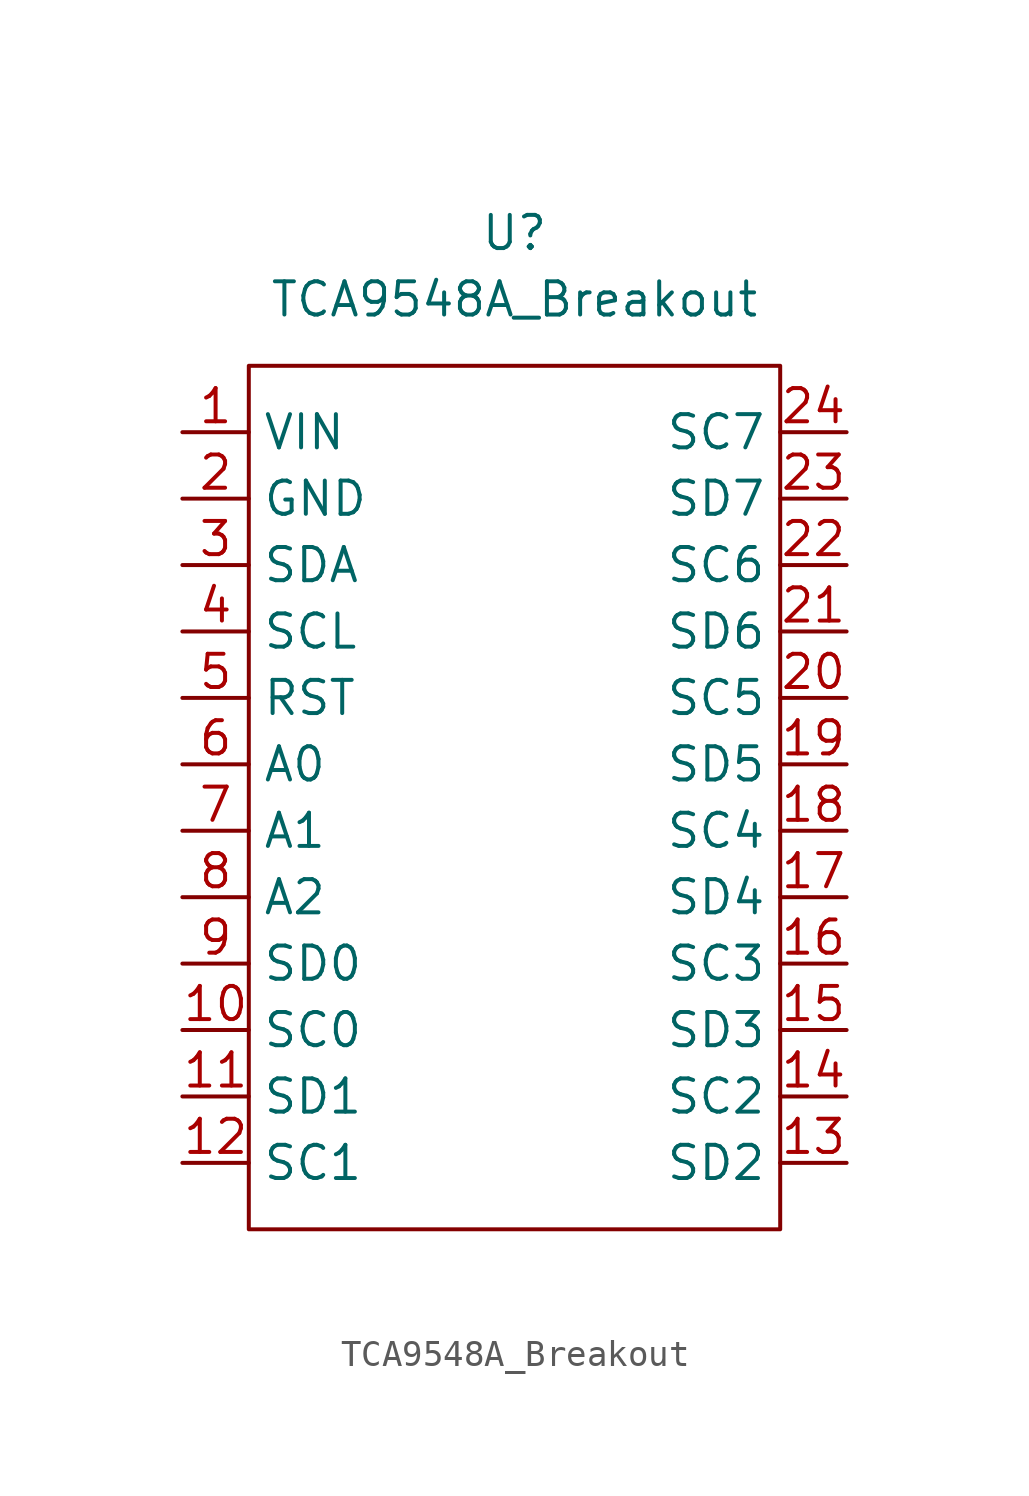
<source format=kicad_sym>
(kicad_symbol_lib
  (version 20211014)
  (generator kicad_symbol_editor)
  (symbol "TCA9548A_Breakout"
    (property "Reference" "U"
      (at 0 16.51 0)
      (effects (font (size 1.27 1.27))))
    (property "Value" "TCA9548A_Breakout"
      (at 0 13.97 0)
      (effects (font (size 1.27 1.27))))
    (symbol "TCA9548A_Breakout_0_1"
      (rectangle (start -10.16 11.43) (end 10.16 -21.59) (stroke (width 0) (type default) (color 0 0 0 0)) (fill (type none))))
    (symbol "TCA9548A_Breakout_1_1"
      (pin power_in line (at -12.7 8.89 0) (length 2.54) (name "VIN" (effects (font (size 1.27 1.27)))) (number "1" (effects (font (size 1.27 1.27)))))
      (pin output line (at -12.7 -13.97 0) (length 2.54) (name "SC0" (effects (font (size 1.27 1.27)))) (number "10" (effects (font (size 1.27 1.27)))))
      (pin bidirectional line (at -12.7 -16.51 0) (length 2.54) (name "SD1" (effects (font (size 1.27 1.27)))) (number "11" (effects (font (size 1.27 1.27)))))
      (pin output line (at -12.7 -19.05 0) (length 2.54) (name "SC1" (effects (font (size 1.27 1.27)))) (number "12" (effects (font (size 1.27 1.27)))))
      (pin bidirectional line (at 12.7 -19.05 180) (length 2.54) (name "SD2" (effects (font (size 1.27 1.27)))) (number "13" (effects (font (size 1.27 1.27)))))
      (pin output line (at 12.7 -16.51 180) (length 2.54) (name "SC2" (effects (font (size 1.27 1.27)))) (number "14" (effects (font (size 1.27 1.27)))))
      (pin bidirectional line (at 12.7 -13.97 180) (length 2.54) (name "SD3" (effects (font (size 1.27 1.27)))) (number "15" (effects (font (size 1.27 1.27)))))
      (pin output line (at 12.7 -11.43 180) (length 2.54) (name "SC3" (effects (font (size 1.27 1.27)))) (number "16" (effects (font (size 1.27 1.27)))))
      (pin bidirectional line (at 12.7 -8.89 180) (length 2.54) (name "SD4" (effects (font (size 1.27 1.27)))) (number "17" (effects (font (size 1.27 1.27)))))
      (pin output line (at 12.7 -6.35 180) (length 2.54) (name "SC4" (effects (font (size 1.27 1.27)))) (number "18" (effects (font (size 1.27 1.27)))))
      (pin bidirectional line (at 12.7 -3.81 180) (length 2.54) (name "SD5" (effects (font (size 1.27 1.27)))) (number "19" (effects (font (size 1.27 1.27)))))
      (pin power_in line (at -12.7 6.35 0) (length 2.54) (name "GND" (effects (font (size 1.27 1.27)))) (number "2" (effects (font (size 1.27 1.27)))))
      (pin output line (at 12.7 -1.27 180) (length 2.54) (name "SC5" (effects (font (size 1.27 1.27)))) (number "20" (effects (font (size 1.27 1.27)))))
      (pin bidirectional line (at 12.7 1.27 180) (length 2.54) (name "SD6" (effects (font (size 1.27 1.27)))) (number "21" (effects (font (size 1.27 1.27)))))
      (pin output line (at 12.7 3.81 180) (length 2.54) (name "SC6" (effects (font (size 1.27 1.27)))) (number "22" (effects (font (size 1.27 1.27)))))
      (pin bidirectional line (at 12.7 6.35 180) (length 2.54) (name "SD7" (effects (font (size 1.27 1.27)))) (number "23" (effects (font (size 1.27 1.27)))))
      (pin output line (at 12.7 8.89 180) (length 2.54) (name "SC7" (effects (font (size 1.27 1.27)))) (number "24" (effects (font (size 1.27 1.27)))))
      (pin bidirectional line (at -12.7 3.81 0) (length 2.54) (name "SDA" (effects (font (size 1.27 1.27)))) (number "3" (effects (font (size 1.27 1.27)))))
      (pin input line (at -12.7 1.27 0) (length 2.54) (name "SCL" (effects (font (size 1.27 1.27)))) (number "4" (effects (font (size 1.27 1.27)))))
      (pin input line (at -12.7 -1.27 0) (length 2.54) (name "RST" (effects (font (size 1.27 1.27)))) (number "5" (effects (font (size 1.27 1.27)))))
      (pin input line (at -12.7 -3.81 0) (length 2.54) (name "A0" (effects (font (size 1.27 1.27)))) (number "6" (effects (font (size 1.27 1.27)))))
      (pin input line (at -12.7 -6.35 0) (length 2.54) (name "A1" (effects (font (size 1.27 1.27)))) (number "7" (effects (font (size 1.27 1.27)))))
      (pin input line (at -12.7 -8.89 0) (length 2.54) (name "A2" (effects (font (size 1.27 1.27)))) (number "8" (effects (font (size 1.27 1.27)))))
      (pin bidirectional line (at -12.7 -11.43 0) (length 2.54) (name "SD0" (effects (font (size 1.27 1.27)))) (number "9" (effects (font (size 1.27 1.27))))))))
</source>
